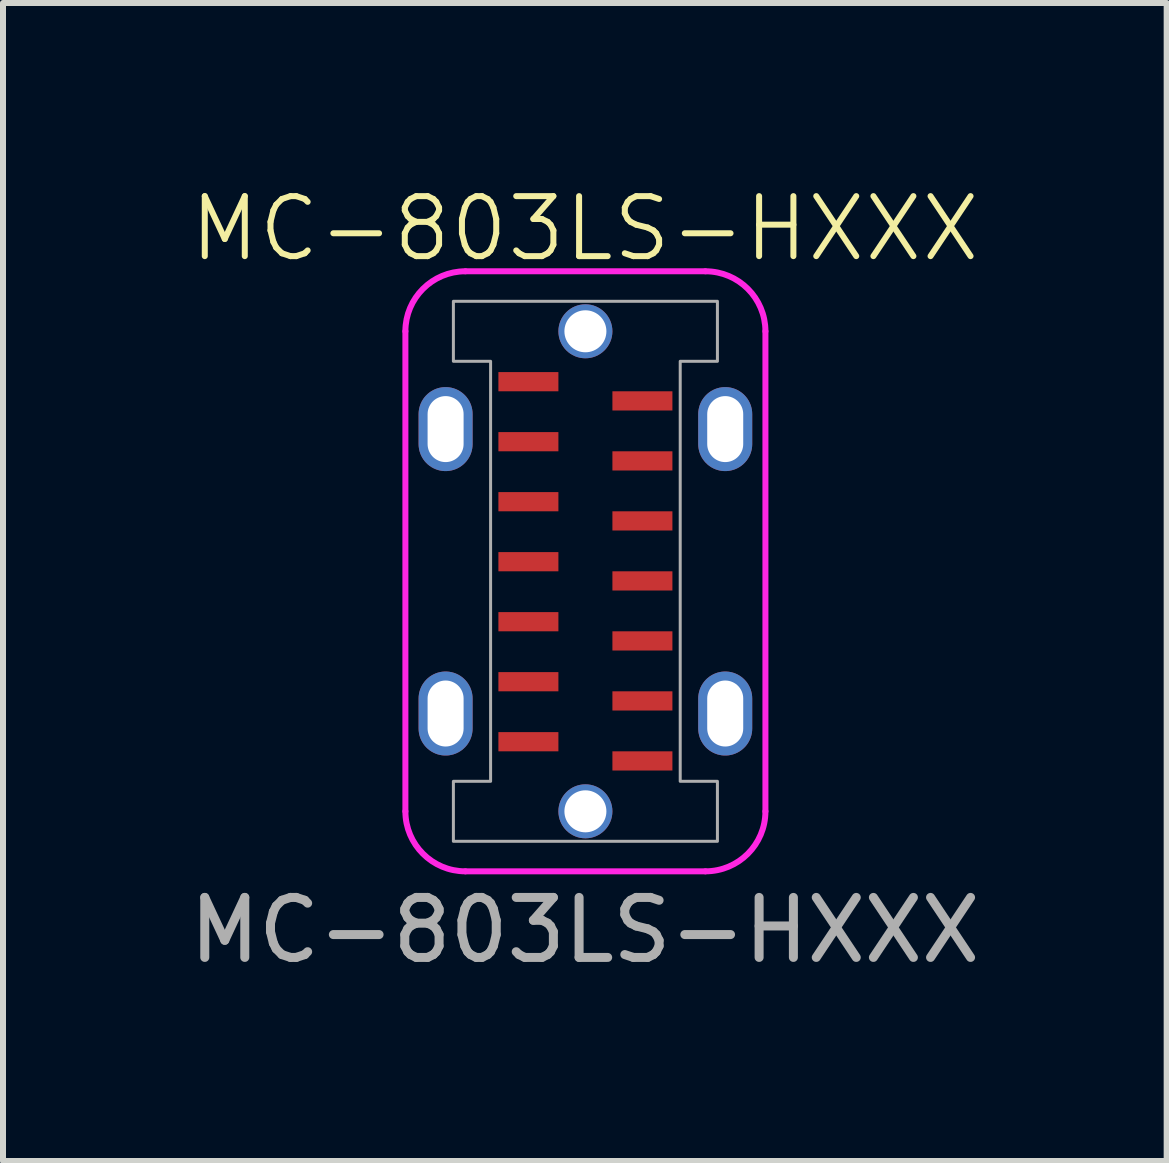
<source format=kicad_pcb>
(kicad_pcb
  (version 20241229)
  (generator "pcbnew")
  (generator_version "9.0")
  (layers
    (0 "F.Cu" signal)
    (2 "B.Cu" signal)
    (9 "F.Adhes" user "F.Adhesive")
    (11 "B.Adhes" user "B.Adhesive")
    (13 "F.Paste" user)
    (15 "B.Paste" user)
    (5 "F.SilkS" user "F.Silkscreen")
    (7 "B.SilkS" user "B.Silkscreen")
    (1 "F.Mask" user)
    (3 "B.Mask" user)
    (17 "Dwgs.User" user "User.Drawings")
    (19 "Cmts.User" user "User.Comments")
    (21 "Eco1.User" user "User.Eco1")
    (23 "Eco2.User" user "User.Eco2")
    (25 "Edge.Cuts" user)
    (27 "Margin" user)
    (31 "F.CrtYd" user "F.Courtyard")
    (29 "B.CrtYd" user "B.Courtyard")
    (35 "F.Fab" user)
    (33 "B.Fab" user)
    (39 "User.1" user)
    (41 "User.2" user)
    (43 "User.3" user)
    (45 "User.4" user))
  (footprint "MC-803LS-HXXX"
    (layer "F.Cu")
    (at 6.706 6.471)
    (property "Reference" "MC-803LS-HXXX" (at -0.01 -5.71 0) (unlocked yes) (layer "F.SilkS") (effects (font (size 1 1) (thickness 0.1))))
    (attr smd)
    (fp_line (start -3 4) (end -3 -4) (stroke (width 0.1) (type default)) (layer "F.CrtYd"))
    (fp_line (start -2 -5) (end 2 -5) (stroke (width 0.1) (type default)) (layer "F.CrtYd"))
    (fp_line (start 2 5) (end -2 5) (stroke (width 0.1) (type default)) (layer "F.CrtYd"))
    (fp_line (start 3 -4) (end 3 4) (stroke (width 0.1) (type default)) (layer "F.CrtYd"))
    (fp_arc (start -3 -4) (mid -2.707107 -4.707107) (end -2 -5) (stroke (width 0.1) (type default)) (layer "F.CrtYd"))
    (fp_arc (start -2 5) (mid -2.707107 4.707107) (end -3 4) (stroke (width 0.1) (type default)) (layer "F.CrtYd"))
    (fp_arc (start 2 -5) (mid 2.707107 -4.707107) (end 3 -4) (stroke (width 0.1) (type default)) (layer "F.CrtYd"))
    (fp_arc (start 3 4) (mid 2.707107 4.707107) (end 2 5) (stroke (width 0.1) (type default)) (layer "F.CrtYd"))
    (fp_poly (pts (xy 2.2 -3.5) (xy 1.58 -3.5) (xy 1.58 3.5) (xy 2.2 3.5) (xy 2.2 4.5) (xy -2.2 4.5) (xy -2.2 3.5) (xy -1.58 3.5) (xy -1.58 -3.5) (xy -2.2 -3.5) (xy -2.2 -4.5) (xy 2.2 -4.5)) (stroke (width 0.05) (type default)) (fill no) (layer "F.Fab"))
    (fp_text user "${REFERENCE}" (at -0.01 5.98 0) (unlocked yes) (layer "F.Fab") (effects (font (size 1 1) (thickness 0.15))))
    (pad "" np_thru_hole circle (at 0 -4) (size 0.9 0.9) (drill 0.7) (layers "*.Cu" "*.Mask"))
    (pad "" np_thru_hole circle (at 0 4) (size 0.9 0.9) (drill 0.7) (layers "*.Cu" "*.Mask"))
    (pad "A1" smd rect (at 0.95 -2.84) (size 1 0.32) (layers "F.Cu" "F.Mask" "F.Paste"))
    (pad "A4" smd rect (at 0.95 -1.84) (size 1 0.32) (layers "F.Cu" "F.Mask" "F.Paste"))
    (pad "A5" smd rect (at 0.95 -0.84) (size 1 0.32) (layers "F.Cu" "F.Mask" "F.Paste"))
    (pad "A6" smd rect (at 0.95 0.16) (size 1 0.32) (layers "F.Cu" "F.Mask" "F.Paste"))
    (pad "A7" smd rect (at 0.95 1.16) (size 1 0.32) (layers "F.Cu" "F.Mask" "F.Paste"))
    (pad "A9" smd rect (at 0.95 2.16) (size 1 0.32) (layers "F.Cu" "F.Mask" "F.Paste"))
    (pad "A12" smd rect (at 0.95 3.16) (size 1 0.32) (layers "F.Cu" "F.Mask" "F.Paste"))
    (pad "B1" smd rect (at -0.95 2.84) (size 1 0.32) (layers "F.Cu" "F.Mask" "F.Paste"))
    (pad "B4" smd rect (at -0.95 1.84) (size 1 0.32) (layers "F.Cu" "F.Mask" "F.Paste"))
    (pad "B5" smd rect (at -0.95 0.84) (size 1 0.32) (layers "F.Cu" "F.Mask" "F.Paste"))
    (pad "B6" smd rect (at -0.95 -0.16) (size 1 0.32) (layers "F.Cu" "F.Mask" "F.Paste"))
    (pad "B7" smd rect (at -0.95 -1.16) (size 1 0.32) (layers "F.Cu" "F.Mask" "F.Paste"))
    (pad "B9" smd rect (at -0.95 -2.16) (size 1 0.32) (layers "F.Cu" "F.Mask" "F.Paste"))
    (pad "B12" smd rect (at -0.95 -3.16) (size 1 0.32) (layers "F.Cu" "F.Mask" "F.Paste"))
    (pad "S1" thru_hole oval (at -2.33 -2.37) (size 0.9 1.4) (drill oval 0.6 1.1) (layers "*.Cu" "*.Mask"))
    (pad "S1" thru_hole oval (at -2.33 2.37) (size 0.9 1.4) (drill oval 0.6 1.1) (layers "*.Cu" "*.Mask"))
    (pad "S1" thru_hole oval (at 2.33 -2.37) (size 0.9 1.4) (drill oval 0.6 1.1) (layers "*.Cu" "*.Mask"))
    (pad "S1" thru_hole oval (at 2.33 2.37) (size 0.9 1.4) (drill oval 0.6 1.1) (layers "*.Cu" "*.Mask")))
  (gr_rect
    (start -3 -3)
    (end 16.393 16.299)
    (stroke (width 0.1) (type default))
    (fill no)
    (layer "Edge.Cuts")))
</source>
